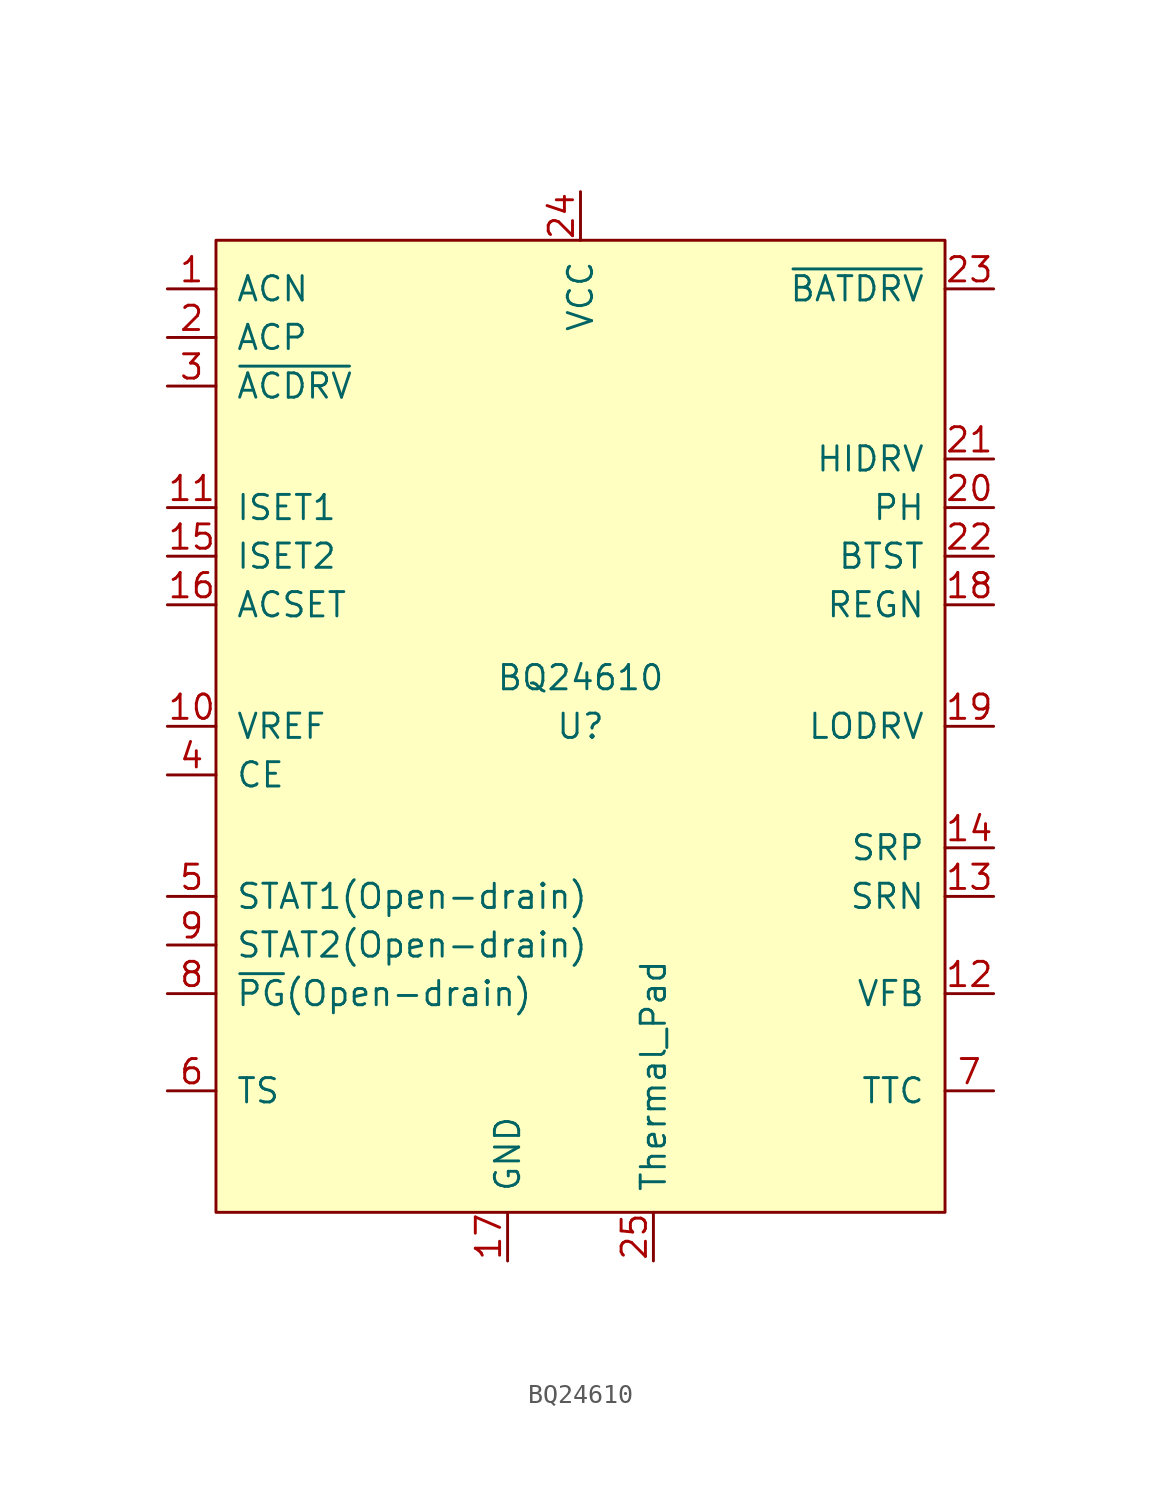
<source format=kicad_sym>
(kicad_symbol_lib
  (version 20220914)
  (generator kicad_symbol_editor)
  (symbol "BQ24610"
    (pin_names
      (offset 1.016))
    (property "Reference" "U"
      (at 0 0 0)
      (effects (font (size 1.27 1.27))))
    (property "Value" "BQ24610"
      (at 0 2.54 0)
      (effects (font (size 1.27 1.27))))
    (symbol "BQ24610_0_1"
      (rectangle (start 19.05 25.4) (end -19.05 -25.4) (stroke (width 0) (type default)) (fill (type background))))
    (symbol "BQ24610_1_1"
      (pin input line (at -21.59 22.86 0) (length 2.54) (name "ACN" (effects (font (size 1.27 1.27)))) (number "1" (effects (font (size 1.27 1.27)))))
      (pin input line (at -21.59 0 0) (length 2.54) (name "VREF" (effects (font (size 1.27 1.27)))) (number "10" (effects (font (size 1.27 1.27)))))
      (pin input line (at -21.59 11.43 0) (length 2.54) (name "ISET1" (effects (font (size 1.27 1.27)))) (number "11" (effects (font (size 1.27 1.27)))))
      (pin output line (at 21.59 -13.97 180) (length 2.54) (name "VFB" (effects (font (size 1.27 1.27)))) (number "12" (effects (font (size 1.27 1.27)))))
      (pin input line (at 21.59 -8.89 180) (length 2.54) (name "SRN" (effects (font (size 1.27 1.27)))) (number "13" (effects (font (size 1.27 1.27)))))
      (pin input line (at 21.59 -6.35 180) (length 2.54) (name "SRP" (effects (font (size 1.27 1.27)))) (number "14" (effects (font (size 1.27 1.27)))))
      (pin input line (at -21.59 8.89 0) (length 2.54) (name "ISET2" (effects (font (size 1.27 1.27)))) (number "15" (effects (font (size 1.27 1.27)))))
      (pin input line (at -21.59 6.35 0) (length 2.54) (name "ACSET" (effects (font (size 1.27 1.27)))) (number "16" (effects (font (size 1.27 1.27)))))
      (pin power_in line (at -3.81 -27.94 90) (length 2.54) (name "GND" (effects (font (size 1.27 1.27)))) (number "17" (effects (font (size 1.27 1.27)))))
      (pin output line (at 21.59 6.35 180) (length 2.54) (name "REGN" (effects (font (size 1.27 1.27)))) (number "18" (effects (font (size 1.27 1.27)))))
      (pin output line (at 21.59 0 180) (length 2.54) (name "LODRV" (effects (font (size 1.27 1.27)))) (number "19" (effects (font (size 1.27 1.27)))))
      (pin input line (at -21.59 20.32 0) (length 2.54) (name "ACP" (effects (font (size 1.27 1.27)))) (number "2" (effects (font (size 1.27 1.27)))))
      (pin output line (at 21.59 11.43 180) (length 2.54) (name "PH" (effects (font (size 1.27 1.27)))) (number "20" (effects (font (size 1.27 1.27)))))
      (pin output line (at 21.59 13.97 180) (length 2.54) (name "HIDRV" (effects (font (size 1.27 1.27)))) (number "21" (effects (font (size 1.27 1.27)))))
      (pin output line (at 21.59 8.89 180) (length 2.54) (name "BTST" (effects (font (size 1.27 1.27)))) (number "22" (effects (font (size 1.27 1.27)))))
      (pin input line (at 21.59 22.86 180) (length 2.54) (name "~{BATDRV}" (effects (font (size 1.27 1.27)))) (number "23" (effects (font (size 1.27 1.27)))))
      (pin power_in line (at 0 27.94 270) (length 2.54) (name "VCC" (effects (font (size 1.27 1.27)))) (number "24" (effects (font (size 1.27 1.27)))))
      (pin power_in line (at 3.81 -27.94 90) (length 2.54) (name "Thermal_Pad" (effects (font (size 1.27 1.27)))) (number "25" (effects (font (size 1.27 1.27)))))
      (pin output line (at -21.59 17.78 0) (length 2.54) (name "~{ACDRV}" (effects (font (size 1.27 1.27)))) (number "3" (effects (font (size 1.27 1.27)))))
      (pin input line (at -21.59 -2.54 0) (length 2.54) (name "CE" (effects (font (size 1.27 1.27)))) (number "4" (effects (font (size 1.27 1.27)))))
      (pin open_collector line (at -21.59 -8.89 0) (length 2.54) (name "STAT1(Open-drain)" (effects (font (size 1.27 1.27)))) (number "5" (effects (font (size 1.27 1.27)))))
      (pin input line (at -21.59 -19.05 0) (length 2.54) (name "TS" (effects (font (size 1.27 1.27)))) (number "6" (effects (font (size 1.27 1.27)))))
      (pin input line (at 21.59 -19.05 180) (length 2.54) (name "TTC" (effects (font (size 1.27 1.27)))) (number "7" (effects (font (size 1.27 1.27)))))
      (pin open_collector line (at -21.59 -13.97 0) (length 2.54) (name "~{PG}(Open-drain)" (effects (font (size 1.27 1.27)))) (number "8" (effects (font (size 1.27 1.27)))))
      (pin open_collector line (at -21.59 -11.43 0) (length 2.54) (name "STAT2(Open-drain)" (effects (font (size 1.27 1.27)))) (number "9" (effects (font (size 1.27 1.27))))))))
</source>
